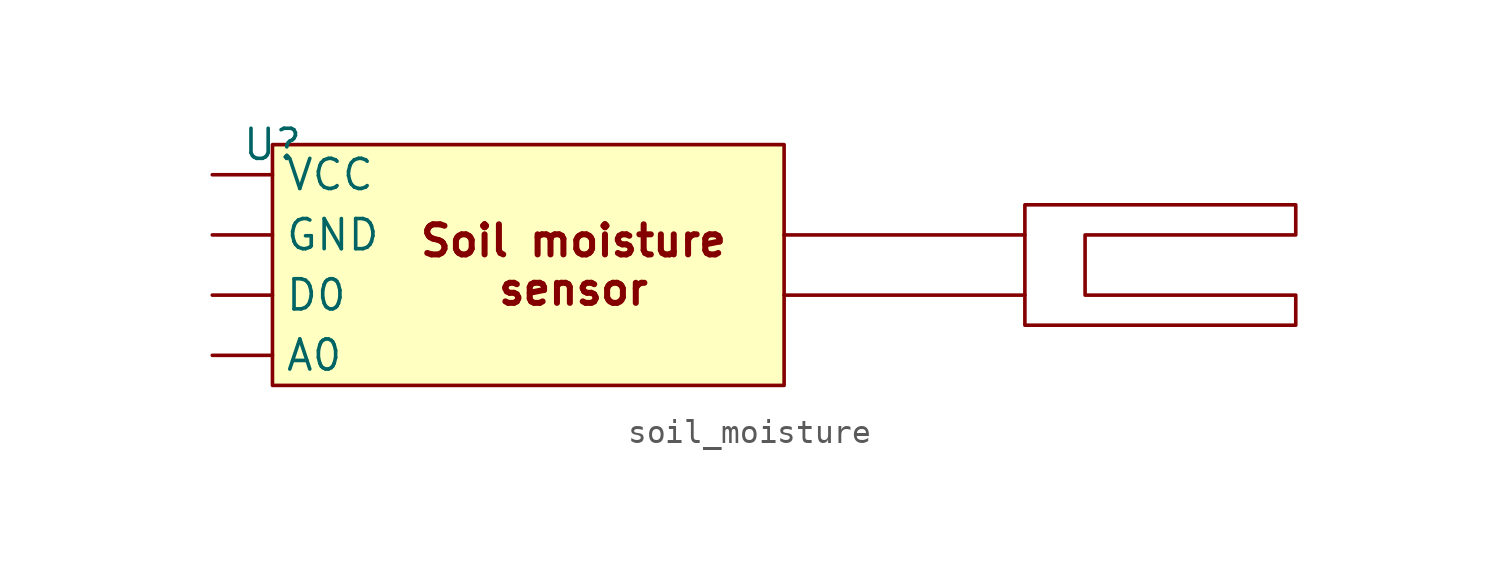
<source format=kicad_sym>
(kicad_symbol_lib
  (version 20220914)
  (generator kicad_symbol_editor)
  (symbol "soil_moisture"
    (property "Reference" "U"
      (at 0 0 0)
      (effects (font (size 1.27 1.27))))
    (property "Value" ""
      (at 0 0 0)
      (effects (font (size 1.27 1.27))))
    (symbol "soil_moisture_1_1"
      (polyline (pts (xy 21.59 -6.35) (xy 31.75 -6.35)) (stroke (width 0) (type default)) (fill (type none)))
      (polyline (pts (xy 21.59 -3.81) (xy 31.75 -3.81)) (stroke (width 0) (type default)) (fill (type none)))
      (polyline (pts (xy 31.75 -2.54) (xy 31.75 -7.62) (xy 43.18 -7.62) (xy 43.18 -6.35) (xy 34.29 -6.35) (xy 34.29 -3.81) (xy 43.18 -3.81) (xy 43.18 -2.54) (xy 31.75 -2.54)) (stroke (width 0) (type default)) (fill (type none)))
      (rectangle (start 0 0) (end 21.59 -10.16) (stroke (width 0) (type default)) (fill (type background)))
      (text "Soil moisture\nsensor" (at 12.7 -5.08 0) (effects (font (size 1.27 1.27) bold)))
      (pin input line (at -2.54 -8.89 0) (length 2.54) (name "A0" (effects (font (size 1.27 1.27)))) (number "" (effects (font (size 1.27 1.27)))))
      (pin input line (at -2.54 -6.35 0) (length 2.54) (name "D0" (effects (font (size 1.27 1.27)))) (number "" (effects (font (size 1.27 1.27)))))
      (pin input line (at -2.54 -3.81 0) (length 2.54) (name "GND" (effects (font (size 1.27 1.27)))) (number "" (effects (font (size 1.27 1.27)))))
      (pin input line (at -2.54 -1.27 0) (length 2.54) (name "VCC" (effects (font (size 1.27 1.27)))) (number "" (effects (font (size 1.27 1.27))))))))
</source>
